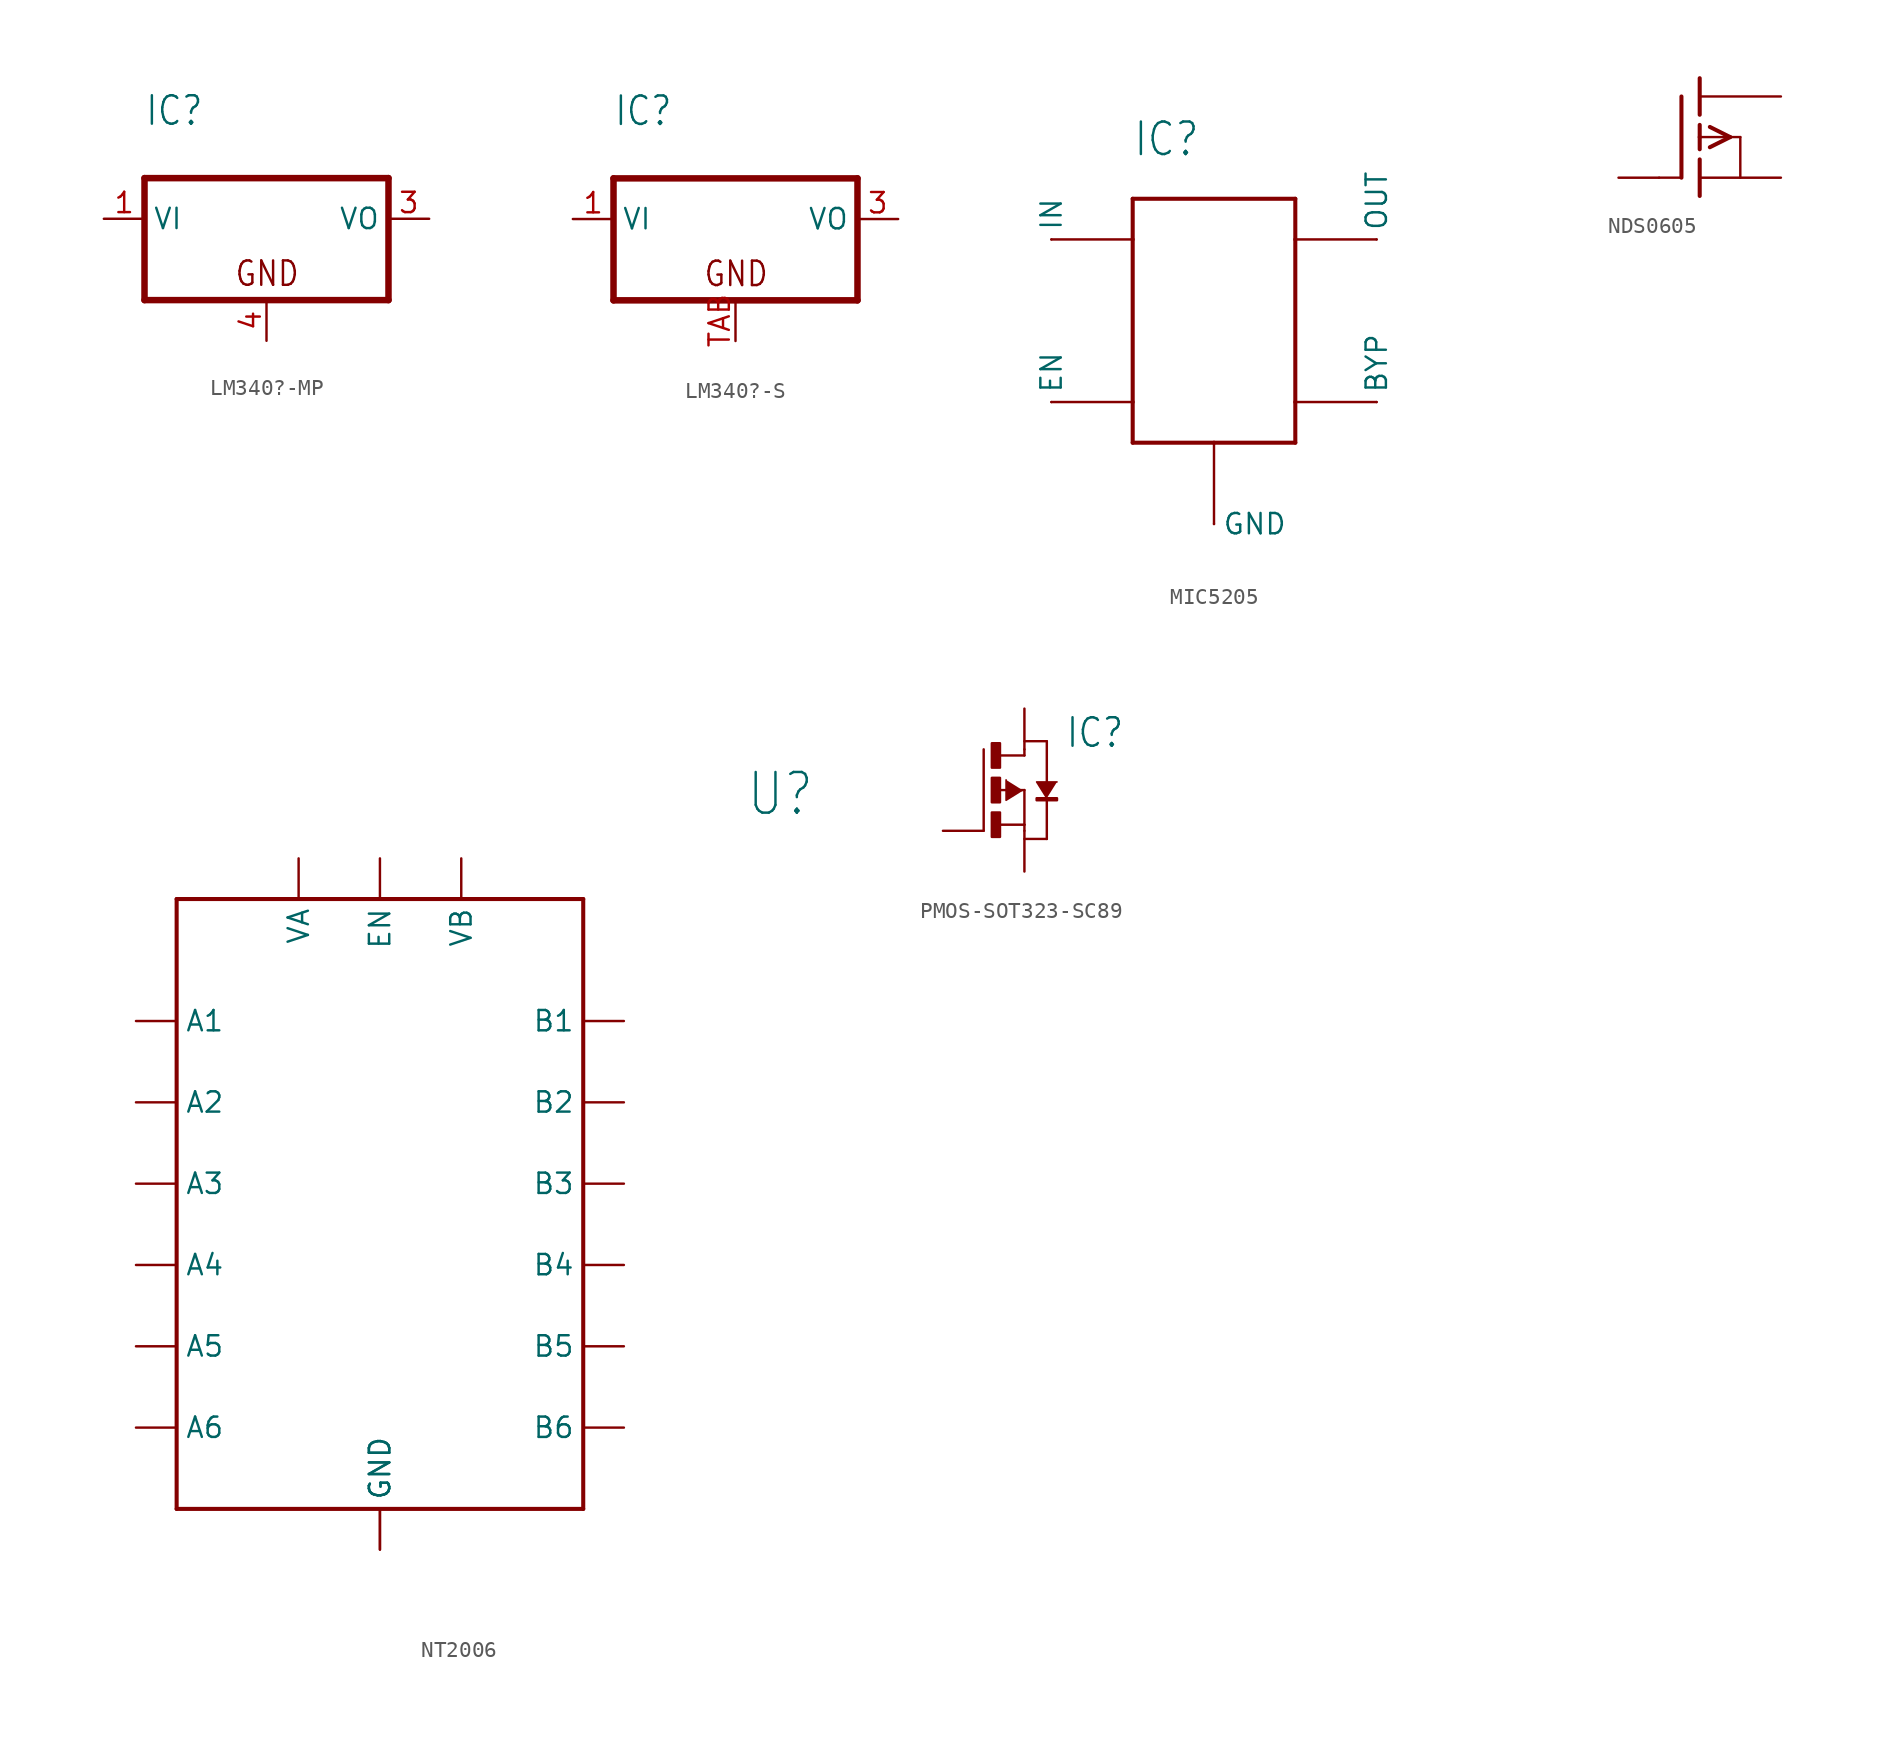
<source format=kicad_sym>
(kicad_symbol_lib
  (version 20231120)
  (generator "kicad_symbol_editor")
  (generator_version "8.0")
  (symbol "LM340?-MP"
    (property "Reference" "IC"
      (at -7.62 5.715 0)
      (effects (font (size 1.778 1.511)) (justify left bottom)))
    (property "Value" ""
      (at -7.62 3.175 0)
      (effects (font (size 1.778 1.511)) (justify left bottom)))
    (property "ki_locked" ""
      (at 0 0 0)
      (effects (font (size 1.27 1.27))))
    (symbol "LM340?-MP_1_0"
      (polyline (pts (xy -7.62 -5.08) (xy 7.62 -5.08)) (stroke (width 0.406) (type solid)) (fill (type none)))
      (polyline (pts (xy -7.62 2.54) (xy -7.62 -5.08)) (stroke (width 0.406) (type solid)) (fill (type none)))
      (polyline (pts (xy 7.62 -5.08) (xy 7.62 2.54)) (stroke (width 0.406) (type solid)) (fill (type none)))
      (polyline (pts (xy 7.62 2.54) (xy -7.62 2.54)) (stroke (width 0.406) (type solid)) (fill (type none)))
      (text "GND" (at -2.032 -4.318 0) (effects (font (size 1.524 1.295)) (justify left bottom)))
      (pin input line (at -10.16 0 0) (length 2.54) (name "VI" (effects (font (size 1.27 1.27)))) (number "1" (effects (font (size 1.27 1.27)))))
      (pin passive line (at 10.16 0 180) (length 2.54) (name "VO" (effects (font (size 1.27 1.27)))) (number "3" (effects (font (size 1.27 1.27)))))
      (pin passive line (at 0 -7.62 90) (length 2.54) (name "GND" (effects (font (size 0 0)))) (number "4" (effects (font (size 1.27 1.27)))))))
  (symbol "LM340?-S"
    (property "Reference" "IC"
      (at -7.62 5.715 0)
      (effects (font (size 1.778 1.511)) (justify left bottom)))
    (property "Value" ""
      (at -7.62 3.175 0)
      (effects (font (size 1.778 1.511)) (justify left bottom)))
    (property "ki_locked" ""
      (at 0 0 0)
      (effects (font (size 1.27 1.27))))
    (symbol "LM340?-S_1_0"
      (polyline (pts (xy -7.62 -5.08) (xy 7.62 -5.08)) (stroke (width 0.406) (type solid)) (fill (type none)))
      (polyline (pts (xy -7.62 2.54) (xy -7.62 -5.08)) (stroke (width 0.406) (type solid)) (fill (type none)))
      (polyline (pts (xy 7.62 -5.08) (xy 7.62 2.54)) (stroke (width 0.406) (type solid)) (fill (type none)))
      (polyline (pts (xy 7.62 2.54) (xy -7.62 2.54)) (stroke (width 0.406) (type solid)) (fill (type none)))
      (text "GND" (at -2.032 -4.318 0) (effects (font (size 1.524 1.295)) (justify left bottom)))
      (pin input line (at -10.16 0 0) (length 2.54) (name "VI" (effects (font (size 1.27 1.27)))) (number "1" (effects (font (size 1.27 1.27)))))
      (pin passive line (at 10.16 0 180) (length 2.54) (name "VO" (effects (font (size 1.27 1.27)))) (number "3" (effects (font (size 1.27 1.27)))))
      (pin passive line (at 0 -7.62 90) (length 2.54) (name "GND" (effects (font (size 0 0)))) (number "TAB" (effects (font (size 1.27 1.27)))))))
  (symbol "MIC5205"
    (property "Reference" "IC"
      (at -5.08 10.16 0)
      (effects (font (size 2.032 1.727)) (justify left bottom)))
    (property "Value" ""
      (at -5.08 12.7 0)
      (effects (font (size 2.032 1.727)) (justify left bottom)))
    (property "ki_locked" ""
      (at 0 0 0)
      (effects (font (size 1.27 1.27))))
    (symbol "MIC5205_1_0"
      (polyline (pts (xy -5.08 -7.62) (xy -5.08 -5.08)) (stroke (width 0.254) (type solid)) (fill (type none)))
      (polyline (pts (xy -5.08 -5.08) (xy -10.16 -5.08)) (stroke (width 0.152) (type solid)) (fill (type none)))
      (polyline (pts (xy -5.08 -5.08) (xy -5.08 5.08)) (stroke (width 0.254) (type solid)) (fill (type none)))
      (polyline (pts (xy -5.08 5.08) (xy -10.16 5.08)) (stroke (width 0.152) (type solid)) (fill (type none)))
      (polyline (pts (xy -5.08 5.08) (xy -5.08 7.62)) (stroke (width 0.254) (type solid)) (fill (type none)))
      (polyline (pts (xy -5.08 7.62) (xy 5.08 7.62)) (stroke (width 0.254) (type solid)) (fill (type none)))
      (polyline (pts (xy 0 -7.62) (xy -5.08 -7.62)) (stroke (width 0.254) (type solid)) (fill (type none)))
      (polyline (pts (xy 0 -7.62) (xy 0 -12.7)) (stroke (width 0.152) (type solid)) (fill (type none)))
      (polyline (pts (xy 5.08 -7.62) (xy 0 -7.62)) (stroke (width 0.254) (type solid)) (fill (type none)))
      (polyline (pts (xy 5.08 -5.08) (xy 5.08 -7.62)) (stroke (width 0.254) (type solid)) (fill (type none)))
      (polyline (pts (xy 5.08 -5.08) (xy 10.16 -5.08)) (stroke (width 0.152) (type solid)) (fill (type none)))
      (polyline (pts (xy 5.08 5.08) (xy 5.08 -5.08)) (stroke (width 0.254) (type solid)) (fill (type none)))
      (polyline (pts (xy 5.08 5.08) (xy 10.16 5.08)) (stroke (width 0.152) (type solid)) (fill (type none)))
      (polyline (pts (xy 5.08 7.62) (xy 5.08 5.08)) (stroke (width 0.254) (type solid)) (fill (type none)))
      (pin bidirectional line (at -10.16 5.08 90) (length 0) (name "IN" (effects (font (size 1.27 1.27)))) (number "1" (effects (font (size 0 0)))))
      (pin bidirectional line (at 0 -12.7 0) (length 0) (name "GND" (effects (font (size 1.27 1.27)))) (number "2" (effects (font (size 0 0)))))
      (pin bidirectional line (at -10.16 -5.08 90) (length 0) (name "EN" (effects (font (size 1.27 1.27)))) (number "3" (effects (font (size 0 0)))))
      (pin bidirectional line (at 10.16 -5.08 90) (length 0) (name "BYP" (effects (font (size 1.27 1.27)))) (number "4" (effects (font (size 0 0)))))
      (pin bidirectional line (at 10.16 5.08 90) (length 0) (name "OUT" (effects (font (size 1.27 1.27)))) (number "5" (effects (font (size 0 0)))))))
  (symbol "NDS0605"
    (property "Reference" ""
      (at -11.43 2.54 0)
      (effects (font (size 1.778 1.511)) (justify left bottom) (hide yes)))
    (property "Value" ""
      (at -11.43 0 0)
      (effects (font (size 1.778 1.511)) (justify left bottom)))
    (property "ki_locked" ""
      (at 0 0 0)
      (effects (font (size 1.27 1.27))))
    (symbol "NDS0605_1_0"
      (polyline (pts (xy -2.54 -2.54) (xy -1.219 -2.54)) (stroke (width 0.152) (type solid)) (fill (type none)))
      (polyline (pts (xy -1.143 2.54) (xy -1.143 -2.54)) (stroke (width 0.254) (type solid)) (fill (type none)))
      (polyline (pts (xy 0 -1.397) (xy 0 -3.683)) (stroke (width 0.254) (type solid)) (fill (type none)))
      (polyline (pts (xy 0 0) (xy 0 -0.762)) (stroke (width 0.254) (type solid)) (fill (type none)))
      (polyline (pts (xy 0 0) (xy 1.905 0)) (stroke (width 0.152) (type solid)) (fill (type none)))
      (polyline (pts (xy 0 0.762) (xy 0 0)) (stroke (width 0.254) (type solid)) (fill (type none)))
      (polyline (pts (xy 0 3.683) (xy 0 1.397)) (stroke (width 0.254) (type solid)) (fill (type none)))
      (polyline (pts (xy 0.635 -0.635) (xy 1.905 0)) (stroke (width 0.254) (type solid)) (fill (type none)))
      (polyline (pts (xy 0.635 0.635) (xy 1.905 0)) (stroke (width 0.254) (type solid)) (fill (type none)))
      (polyline (pts (xy 1.905 0) (xy 2.54 0)) (stroke (width 0.152) (type solid)) (fill (type none)))
      (polyline (pts (xy 2.54 0) (xy 2.54 -2.54)) (stroke (width 0.152) (type solid)) (fill (type none)))
      (pin passive line (at -5.08 -2.54 0) (length 2.54) (name "G" (effects (font (size 0 0)))) (number "1" (effects (font (size 0 0)))))
      (pin passive line (at 5.08 -2.54 180) (length 5.08) (name "S" (effects (font (size 0 0)))) (number "2" (effects (font (size 0 0)))))
      (pin passive line (at 5.08 2.54 180) (length 5.08) (name "D" (effects (font (size 0 0)))) (number "3" (effects (font (size 0 0)))))))
  (symbol "NT2006"
    (property "Reference" "U"
      (at 22.86 12.7 0)
      (effects (font (size 2.54 2.159)) (justify left bottom)))
    (property "Value" ""
      (at 22.86 7.62 0)
      (effects (font (size 2.54 2.159)) (justify left bottom)))
    (property "ki_locked" ""
      (at 0 0 0)
      (effects (font (size 1.27 1.27))))
    (symbol "NT2006_1_0"
      (polyline (pts (xy -12.7 -30.48) (xy -12.7 7.62)) (stroke (width 0.254) (type solid)) (fill (type none)))
      (polyline (pts (xy -12.7 7.62) (xy 12.7 7.62)) (stroke (width 0.254) (type solid)) (fill (type none)))
      (polyline (pts (xy 12.7 -30.48) (xy -12.7 -30.48)) (stroke (width 0.254) (type solid)) (fill (type none)))
      (polyline (pts (xy 12.7 7.62) (xy 12.7 -30.48)) (stroke (width 0.254) (type solid)) (fill (type none)))
      (pin bidirectional line (at -15.24 0 0) (length 2.54) (name "A1" (effects (font (size 1.27 1.27)))) (number "1" (effects (font (size 0 0)))))
      (pin bidirectional line (at 15.24 -10.16 180) (length 2.54) (name "B3" (effects (font (size 1.27 1.27)))) (number "10" (effects (font (size 0 0)))))
      (pin bidirectional line (at 15.24 -5.08 180) (length 2.54) (name "B2" (effects (font (size 1.27 1.27)))) (number "11" (effects (font (size 0 0)))))
      (pin bidirectional line (at 15.24 0 180) (length 2.54) (name "B1" (effects (font (size 1.27 1.27)))) (number "12" (effects (font (size 0 0)))))
      (pin bidirectional line (at 5.08 10.16 270) (length 2.54) (name "VB" (effects (font (size 1.27 1.27)))) (number "13" (effects (font (size 0 0)))))
      (pin bidirectional line (at 0 10.16 270) (length 2.54) (name "EN" (effects (font (size 1.27 1.27)))) (number "14" (effects (font (size 0 0)))))
      (pin bidirectional line (at 0 -33.02 90) (length 2.54) (name "GND" (effects (font (size 1.27 1.27)))) (number "15" (effects (font (size 0 0)))))
      (pin bidirectional line (at -5.08 10.16 270) (length 2.54) (name "VA" (effects (font (size 1.27 1.27)))) (number "16" (effects (font (size 0 0)))))
      (pin bidirectional line (at -15.24 -5.08 0) (length 2.54) (name "A2" (effects (font (size 1.27 1.27)))) (number "2" (effects (font (size 0 0)))))
      (pin bidirectional line (at -15.24 -10.16 0) (length 2.54) (name "A3" (effects (font (size 1.27 1.27)))) (number "3" (effects (font (size 0 0)))))
      (pin bidirectional line (at -15.24 -15.24 0) (length 2.54) (name "A4" (effects (font (size 1.27 1.27)))) (number "4" (effects (font (size 0 0)))))
      (pin bidirectional line (at -15.24 -20.32 0) (length 2.54) (name "A5" (effects (font (size 1.27 1.27)))) (number "5" (effects (font (size 0 0)))))
      (pin bidirectional line (at -15.24 -25.4 0) (length 2.54) (name "A6" (effects (font (size 1.27 1.27)))) (number "6" (effects (font (size 0 0)))))
      (pin bidirectional line (at 15.24 -25.4 180) (length 2.54) (name "B6" (effects (font (size 1.27 1.27)))) (number "7" (effects (font (size 0 0)))))
      (pin bidirectional line (at 15.24 -20.32 180) (length 2.54) (name "B5" (effects (font (size 1.27 1.27)))) (number "8" (effects (font (size 0 0)))))
      (pin bidirectional line (at 15.24 -15.24 180) (length 2.54) (name "B4" (effects (font (size 1.27 1.27)))) (number "9" (effects (font (size 0 0)))))
      (pin bidirectional line (at 0 -33.02 90) (length 2.54) (name "GND" (effects (font (size 1.27 1.27)))) (number "P$17" (effects (font (size 0 0)))))))
  (symbol "PMOS-SOT323-SC89"
    (property "Reference" "IC"
      (at 2.54 2.54 0)
      (effects (font (size 1.778 1.511)) (justify left bottom)))
    (property "Value" ""
      (at 2.54 0 0)
      (effects (font (size 1.778 1.511)) (justify left bottom)))
    (property "ki_locked" ""
      (at 0 0 0)
      (effects (font (size 1.27 1.27))))
    (symbol "PMOS-SOT323-SC89_1_0"
      (rectangle (start -2.032 -2.921) (end -1.524 -1.397) (stroke (width 0) (type default)) (fill (type outline)))
      (rectangle (start -2.032 -0.762) (end -1.524 0.762) (stroke (width 0) (type default)) (fill (type outline)))
      (rectangle (start -2.032 1.397) (end -1.524 2.921) (stroke (width 0) (type default)) (fill (type outline)))
      (polyline (pts (xy -2.54 -2.54) (xy -2.54 2.54)) (stroke (width 0.152) (type solid)) (fill (type none)))
      (polyline (pts (xy -1.651 0) (xy 0 0)) (stroke (width 0.152) (type solid)) (fill (type none)))
      (polyline (pts (xy -1.524 -2.159) (xy 0 -2.159)) (stroke (width 0.152) (type solid)) (fill (type none)))
      (polyline (pts (xy -1.524 2.159) (xy 0 2.159)) (stroke (width 0.152) (type solid)) (fill (type none)))
      (polyline (pts (xy 0 -2.159) (xy 0 -2.54)) (stroke (width 0.152) (type solid)) (fill (type none)))
      (polyline (pts (xy 0 0) (xy 0 -2.159)) (stroke (width 0.152) (type solid)) (fill (type none)))
      (polyline (pts (xy 0 2.159) (xy 0 2.54)) (stroke (width 0.152) (type solid)) (fill (type none)))
      (polyline (pts (xy 0 3.048) (xy 1.397 3.048)) (stroke (width 0.152) (type solid)) (fill (type none)))
      (polyline (pts (xy 1.397 -3.048) (xy 0 -3.048)) (stroke (width 0.152) (type solid)) (fill (type none)))
      (polyline (pts (xy 1.397 -0.508) (xy 1.397 -3.048)) (stroke (width 0.152) (type solid)) (fill (type none)))
      (polyline (pts (xy 1.397 3.048) (xy 1.397 0.381)) (stroke (width 0.152) (type solid)) (fill (type none)))
      (polyline (pts (xy -0.127 0) (xy -1.143 -0.635) (xy -1.143 0.635)) (stroke (width 0.102) (type solid)) (fill (type outline)))
      (polyline (pts (xy 1.397 -0.508) (xy 0.762 0.508) (xy 2.032 0.508)) (stroke (width 0.102) (type solid)) (fill (type outline)))
      (rectangle (start 0.762 -0.635) (end 2.032 -0.508) (stroke (width 0) (type default)) (fill (type outline)))
      (pin passive line (at -5.08 -2.54 0) (length 2.54) (name "G" (effects (font (size 0 0)))) (number "P$1" (effects (font (size 0 0)))))
      (pin passive line (at 0 -5.08 90) (length 2.54) (name "S" (effects (font (size 0 0)))) (number "P$2" (effects (font (size 0 0)))))
      (pin passive line (at 0 5.08 270) (length 2.54) (name "D" (effects (font (size 0 0)))) (number "P$3" (effects (font (size 0 0))))))))
</source>
